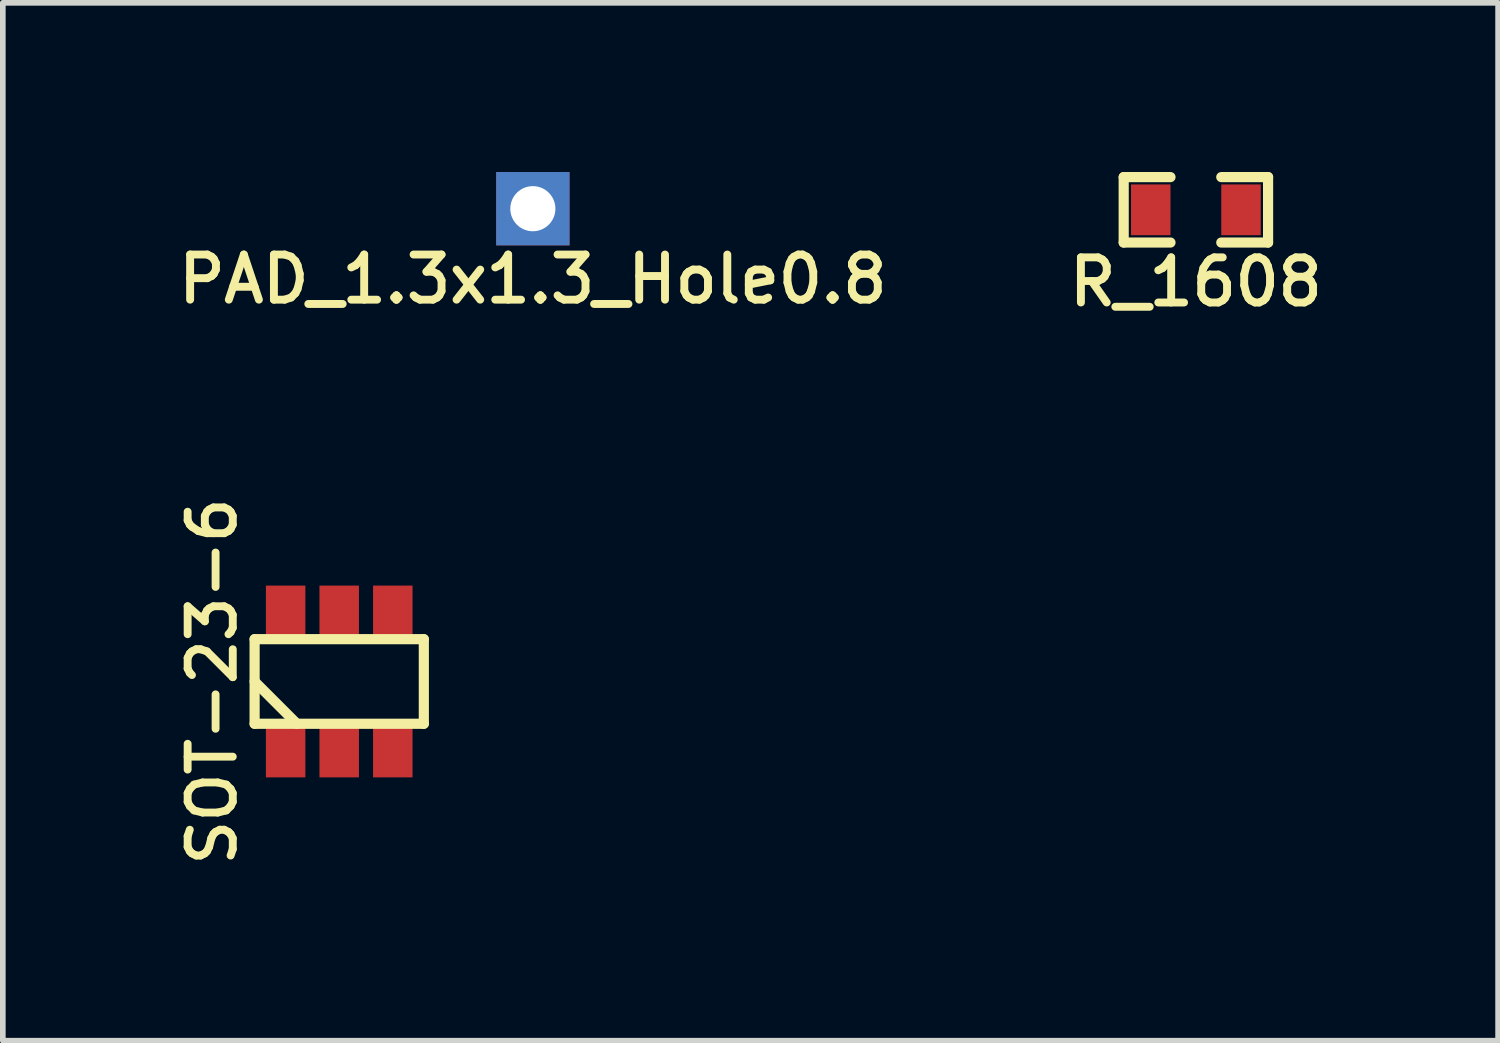
<source format=kicad_pcb>
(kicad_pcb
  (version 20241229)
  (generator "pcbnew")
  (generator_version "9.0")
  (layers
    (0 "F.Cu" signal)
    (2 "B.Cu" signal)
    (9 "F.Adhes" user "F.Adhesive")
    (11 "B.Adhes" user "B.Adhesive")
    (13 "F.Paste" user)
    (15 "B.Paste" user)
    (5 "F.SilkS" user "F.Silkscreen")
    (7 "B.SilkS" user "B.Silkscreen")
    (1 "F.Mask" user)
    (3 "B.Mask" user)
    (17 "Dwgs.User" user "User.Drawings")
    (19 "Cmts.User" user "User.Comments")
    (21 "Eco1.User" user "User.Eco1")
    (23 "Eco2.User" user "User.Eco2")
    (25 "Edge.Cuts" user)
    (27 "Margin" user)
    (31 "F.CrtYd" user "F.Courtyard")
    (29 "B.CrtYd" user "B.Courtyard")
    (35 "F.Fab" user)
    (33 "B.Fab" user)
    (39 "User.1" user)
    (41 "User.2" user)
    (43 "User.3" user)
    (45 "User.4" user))
  (footprint "SOT-23-6"
    (layer "F.Cu")
    (at 2.964 9.032)
    (property "Reference" "SOT-23-6" (at -2.25 0 90) (layer "F.SilkS") (effects (font (size 0.8 0.8) (thickness 0.14))))
    (attr through_hole)
    (fp_line (start -1.5 -0.75) (end -1.5 0.75) (stroke (width 0.18) (type solid)) (layer "F.SilkS"))
    (fp_line (start -1.5 -0.75) (end 1.5 -0.75) (stroke (width 0.18) (type solid)) (layer "F.SilkS"))
    (fp_line (start -1.5 0) (end -0.75 0.75) (stroke (width 0.18) (type solid)) (layer "F.SilkS"))
    (fp_line (start 1.5 -0.75) (end 1.5 0.75) (stroke (width 0.18) (type solid)) (layer "F.SilkS"))
    (fp_line (start 1.5 0.75) (end -1.5 0.75) (stroke (width 0.18) (type solid)) (layer "F.SilkS"))
    (pad "1" smd rect (at -0.95 1.2) (size 0.7 1) (layers "F.Cu" "F.Mask" "F.Paste"))
    (pad "2" smd rect (at 0 1.2) (size 0.7 1) (layers "F.Cu" "F.Mask" "F.Paste"))
    (pad "3" smd rect (at 0.95 1.2) (size 0.7 1) (layers "F.Cu" "F.Mask" "F.Paste"))
    (pad "4" smd rect (at 0.95 -1.2) (size 0.7 1) (layers "F.Cu" "F.Mask" "F.Paste"))
    (pad "5" smd rect (at 0 -1.2) (size 0.7 1) (layers "F.Cu" "F.Mask" "F.Paste"))
    (pad "6" smd rect (at -0.95 -1.2) (size 0.7 1) (layers "F.Cu" "F.Mask" "F.Paste")))
  (footprint "PAD_1.3x1.3_Hole0.8"
    (layer "F.Cu")
    (at 6.397 0.65)
    (property "Reference" "PAD_1.3x1.3_Hole0.8" (at 0 1.25 0) (layer "F.SilkS") (effects (font (size 0.8 0.8) (thickness 0.14))))
    (attr through_hole)
    (pad "1" thru_hole rect (at 0 0) (size 1.3 1.3) (drill 0.8) (layers "*.Cu" "*.Mask")))
  (footprint "R_1608"
    (layer "F.Cu")
    (at 18.152 0.67)
    (property "Reference" "R_1608" (at 0 1.28 0) (layer "F.SilkS") (effects (font (size 0.8 0.8) (thickness 0.14))))
    (attr smd)
    (fp_line (start -1.28 -0.58) (end -1.28 0.58) (stroke (width 0.18) (type solid)) (layer "F.SilkS"))
    (fp_line (start -1.28 0.58) (end -0.45 0.58) (stroke (width 0.18) (type solid)) (layer "F.SilkS"))
    (fp_line (start -0.45 -0.58) (end -1.28 -0.58) (stroke (width 0.18) (type solid)) (layer "F.SilkS"))
    (fp_line (start 0.45 -0.58) (end 1.28 -0.58) (stroke (width 0.18) (type solid)) (layer "F.SilkS"))
    (fp_line (start 1.28 -0.58) (end 1.28 0.58) (stroke (width 0.18) (type solid)) (layer "F.SilkS"))
    (fp_line (start 1.28 0.58) (end 0.45 0.58) (stroke (width 0.18) (type solid)) (layer "F.SilkS"))
    (pad "1" smd rect (at -0.8 0) (size 0.7 0.9) (layers "F.Cu" "F.Mask" "F.Paste"))
    (pad "2" smd rect (at 0.8 0) (size 0.7 0.9) (layers "F.Cu" "F.Mask" "F.Paste")))
  (gr_rect
    (start -3 -3)
    (end 23.51 15.4)
    (stroke (width 0.1) (type default))
    (fill no)
    (layer "Edge.Cuts")))
</source>
